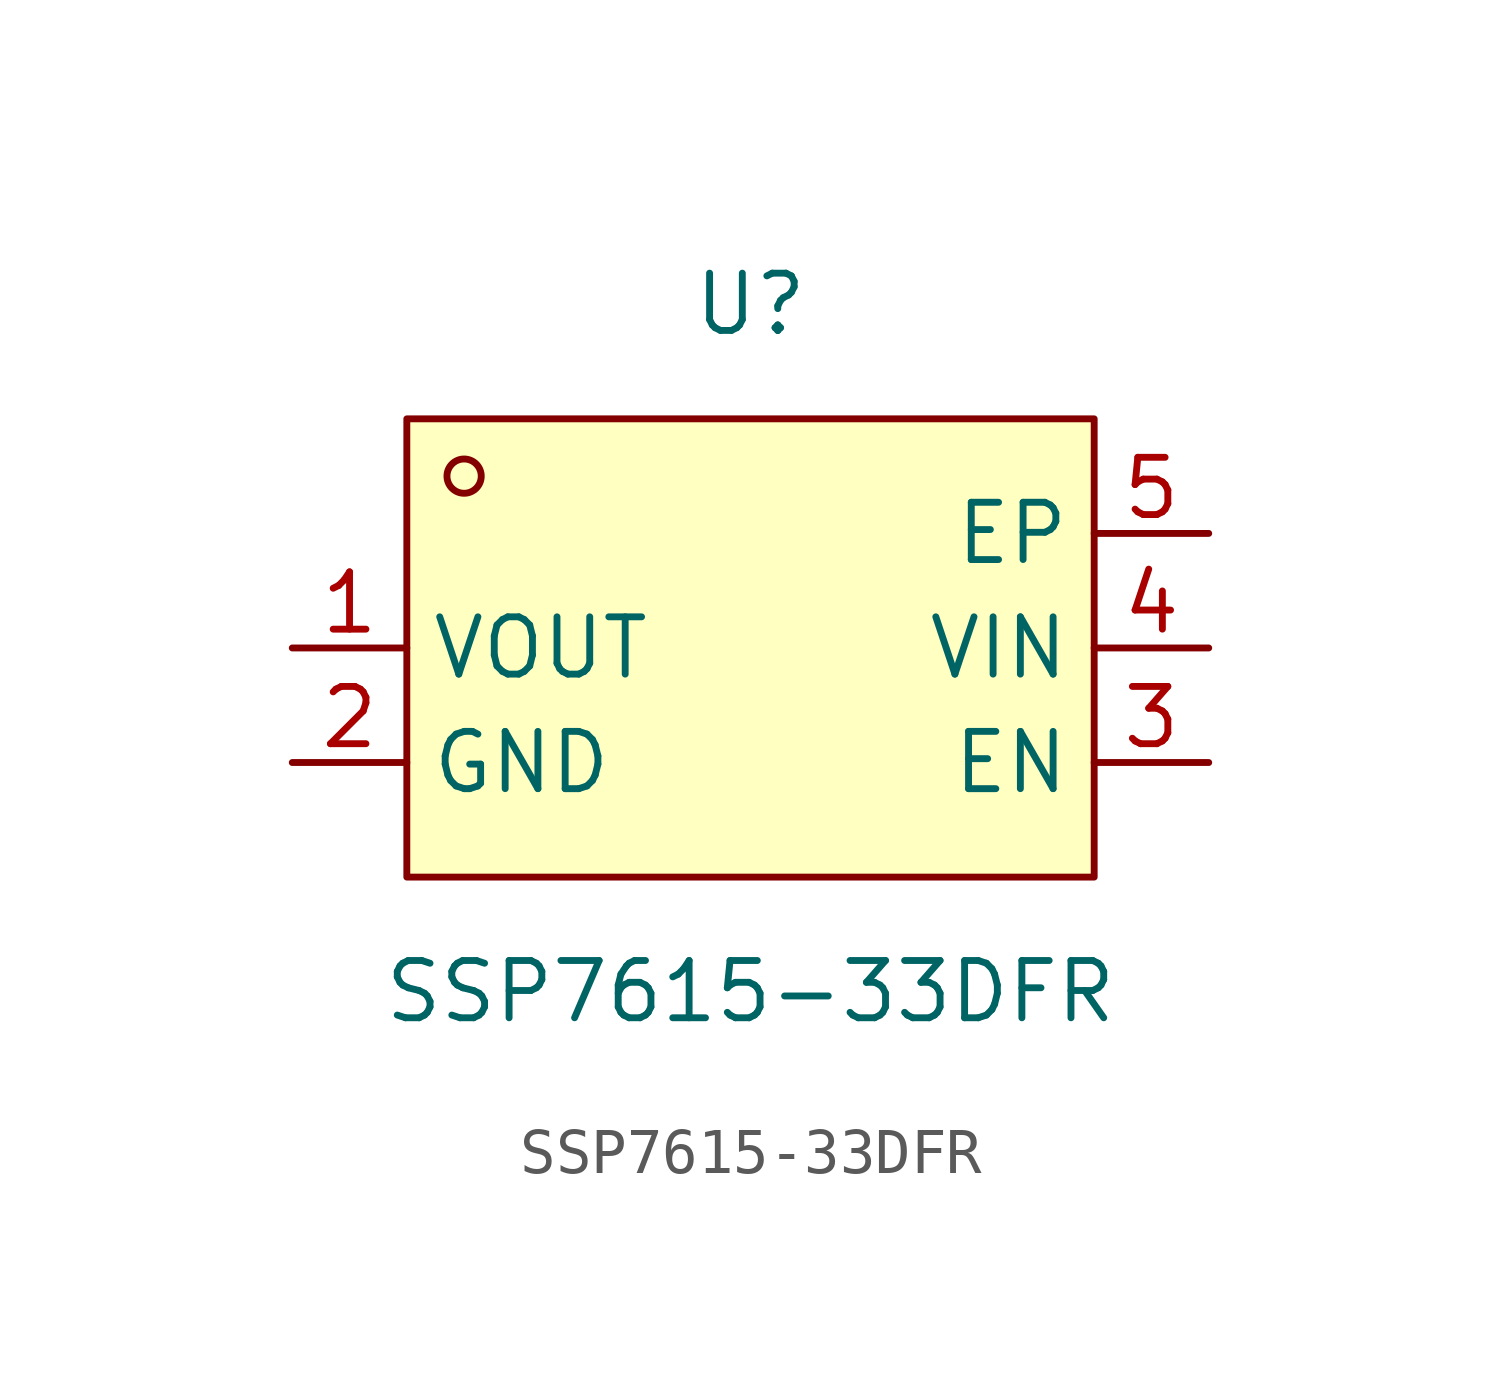
<source format=kicad_sym>
(kicad_symbol_lib
  (version 20231120)
  (generator "kicad_symbol_editor")
  (generator_version "8.0")
  (symbol "SSP7615-33DFR"
    (property "Reference" "U"
      (at 0 7.62 0)
      (effects (font (size 1.27 1.27))))
    (property "Value" "SSP7615-33DFR"
      (at 0 -7.62 0)
      (effects (font (size 1.27 1.27))))
    (symbol "SSP7615-33DFR_0_1"
      (rectangle (start -7.62 5.08) (end 7.62 -5.08) (stroke (width 0) (type default)) (fill (type background)))
      (circle (center -6.35 3.81) (radius 0.38) (stroke (width 0) (type default)) (fill (type none))))
    (symbol "SSP7615-33DFR_1_1"
      (pin power_out line (at -10.16 0 0) (length 2.54) (name "VOUT" (effects (font (size 1.27 1.27)))) (number "1" (effects (font (size 1.27 1.27)))))
      (pin power_in line (at -10.16 -2.54 0) (length 2.54) (name "GND" (effects (font (size 1.27 1.27)))) (number "2" (effects (font (size 1.27 1.27)))))
      (pin power_in line (at 10.16 -2.54 180) (length 2.54) (name "EN" (effects (font (size 1.27 1.27)))) (number "3" (effects (font (size 1.27 1.27)))))
      (pin power_in line (at 10.16 0 180) (length 2.54) (name "VIN" (effects (font (size 1.27 1.27)))) (number "4" (effects (font (size 1.27 1.27)))))
      (pin power_in line (at 10.16 2.54 180) (length 2.54) (name "EP" (effects (font (size 1.27 1.27)))) (number "5" (effects (font (size 1.27 1.27))))))))
</source>
